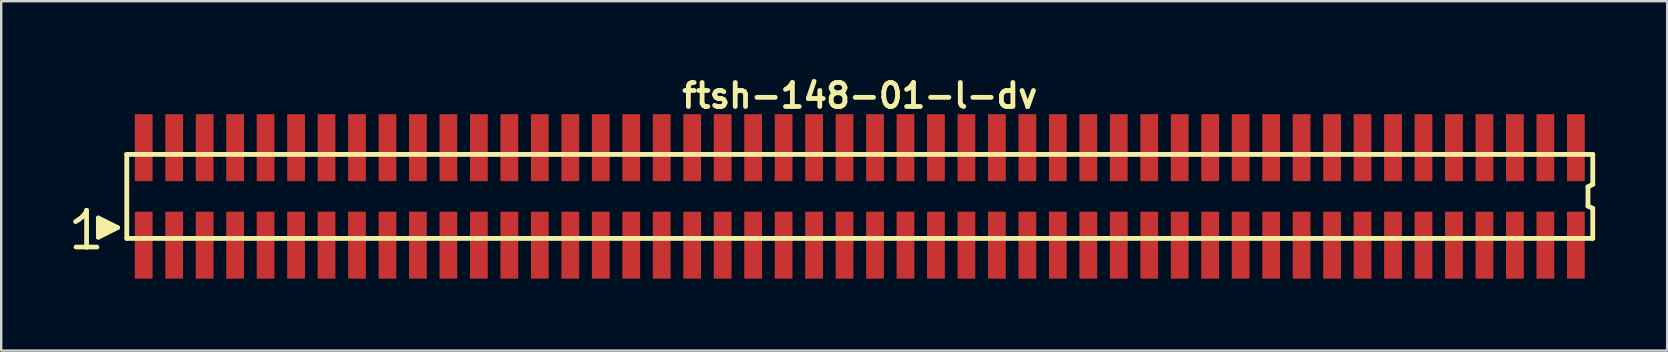
<source format=kicad_pcb>
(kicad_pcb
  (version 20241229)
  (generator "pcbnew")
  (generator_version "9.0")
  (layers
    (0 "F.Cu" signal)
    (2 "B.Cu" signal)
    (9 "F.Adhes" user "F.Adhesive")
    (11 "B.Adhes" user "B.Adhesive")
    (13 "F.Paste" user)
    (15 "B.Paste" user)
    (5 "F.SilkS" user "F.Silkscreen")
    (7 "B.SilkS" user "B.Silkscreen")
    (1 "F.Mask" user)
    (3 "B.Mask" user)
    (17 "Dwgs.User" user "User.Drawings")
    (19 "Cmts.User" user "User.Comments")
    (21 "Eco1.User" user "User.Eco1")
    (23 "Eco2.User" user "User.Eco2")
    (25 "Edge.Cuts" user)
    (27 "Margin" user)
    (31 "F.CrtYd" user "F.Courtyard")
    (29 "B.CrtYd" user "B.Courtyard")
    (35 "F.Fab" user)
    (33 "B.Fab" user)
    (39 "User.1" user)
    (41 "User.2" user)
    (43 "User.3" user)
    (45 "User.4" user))
  (footprint "ftsh-148-01-l-dv"
    (layer "F.Cu")
    (at 32.784 5.136)
    (property "Reference" "ftsh-148-01-l-dv" (at 0 -4.2 0) (layer "F.SilkS") (effects (font (size 1 1) (thickness 0.2))))
    (attr smd)
    (fp_line (start -32.685 1.05) (end -32.555 0.97) (stroke (width 0.198) (type solid)) (layer "F.SilkS"))
    (fp_line (start -32.555 0.97) (end -32.395 0.84) (stroke (width 0.198) (type solid)) (layer "F.SilkS"))
    (fp_line (start -32.395 0.84) (end -32.255 0.67) (stroke (width 0.198) (type solid)) (layer "F.SilkS"))
    (fp_line (start -32.255 0.67) (end -32.225 0.58) (stroke (width 0.198) (type solid)) (layer "F.SilkS"))
    (fp_line (start -32.225 0.58) (end -32.225 2.11) (stroke (width 0.198) (type solid)) (layer "F.SilkS"))
    (fp_line (start -32.225 2.11) (end -32.665 2.11) (stroke (width 0.198) (type solid)) (layer "F.SilkS"))
    (fp_line (start -31.795 2.11) (end -32.235 2.11) (stroke (width 0.198) (type solid)) (layer "F.SilkS"))
    (fp_line (start -31.735 0.9) (end -30.935 1.3) (stroke (width 0.198) (type solid)) (layer "F.SilkS"))
    (fp_line (start -31.735 1.7) (end -31.735 0.9) (stroke (width 0.198) (type solid)) (layer "F.SilkS"))
    (fp_line (start -31.635 1.6) (end -31.635 1) (stroke (width 0.198) (type solid)) (layer "F.SilkS"))
    (fp_line (start -31.535 1.1) (end -31.535 1.5) (stroke (width 0.198) (type solid)) (layer "F.SilkS"))
    (fp_line (start -31.435 1.5) (end -31.435 1.1) (stroke (width 0.198) (type solid)) (layer "F.SilkS"))
    (fp_line (start -31.335 1.2) (end -31.335 1.4) (stroke (width 0.198) (type solid)) (layer "F.SilkS"))
    (fp_line (start -31.235 1.4) (end -31.235 1.2) (stroke (width 0.198) (type solid)) (layer "F.SilkS"))
    (fp_line (start -30.935 1.3) (end -31.735 1.7) (stroke (width 0.198) (type solid)) (layer "F.SilkS"))
    (fp_line (start -30.55 -1.75) (end -30.55 1.75) (stroke (width 0.2) (type solid)) (layer "F.SilkS"))
    (fp_line (start -30.55 -1.75) (end 30.55 -1.75) (stroke (width 0.2) (type solid)) (layer "F.SilkS"))
    (fp_line (start -30.55 1.75) (end 30.55 1.75) (stroke (width 0.2) (type solid)) (layer "F.SilkS"))
    (fp_line (start 30.35 -0.4) (end 30.35 0.4) (stroke (width 0.2) (type solid)) (layer "F.SilkS"))
    (fp_line (start 30.35 -0.4) (end 30.55 -0.5) (stroke (width 0.2) (type solid)) (layer "F.SilkS"))
    (fp_line (start 30.35 0.4) (end 30.55 0.5) (stroke (width 0.2) (type solid)) (layer "F.SilkS"))
    (fp_line (start 30.55 -0.5) (end 30.55 -1.75) (stroke (width 0.2) (type solid)) (layer "F.SilkS"))
    (fp_line (start 30.55 0.5) (end 30.55 1.75) (stroke (width 0.2) (type solid)) (layer "F.SilkS"))
    (pad "1" smd rect (at -29.845 2.032) (size 0.74 2.79) (layers "F.Cu" "F.Mask" "F.Paste"))
    (pad "2" smd rect (at -29.845 -2.032) (size 0.74 2.79) (layers "F.Cu" "F.Mask" "F.Paste"))
    (pad "3" smd rect (at -28.575 2.032) (size 0.74 2.79) (layers "F.Cu" "F.Mask" "F.Paste"))
    (pad "4" smd rect (at -28.575 -2.032) (size 0.74 2.79) (layers "F.Cu" "F.Mask" "F.Paste"))
    (pad "5" smd rect (at -27.305 2.032) (size 0.74 2.79) (layers "F.Cu" "F.Mask" "F.Paste"))
    (pad "6" smd rect (at -27.305 -2.032) (size 0.74 2.79) (layers "F.Cu" "F.Mask" "F.Paste"))
    (pad "7" smd rect (at -26.035 2.032) (size 0.74 2.79) (layers "F.Cu" "F.Mask" "F.Paste"))
    (pad "8" smd rect (at -26.035 -2.032) (size 0.74 2.79) (layers "F.Cu" "F.Mask" "F.Paste"))
    (pad "9" smd rect (at -24.765 2.032) (size 0.74 2.79) (layers "F.Cu" "F.Mask" "F.Paste"))
    (pad "10" smd rect (at -24.765 -2.032) (size 0.74 2.79) (layers "F.Cu" "F.Mask" "F.Paste"))
    (pad "11" smd rect (at -23.495 2.032) (size 0.74 2.79) (layers "F.Cu" "F.Mask" "F.Paste"))
    (pad "12" smd rect (at -23.495 -2.032) (size 0.74 2.79) (layers "F.Cu" "F.Mask" "F.Paste"))
    (pad "13" smd rect (at -22.225 2.032) (size 0.74 2.79) (layers "F.Cu" "F.Mask" "F.Paste"))
    (pad "14" smd rect (at -22.225 -2.032) (size 0.74 2.79) (layers "F.Cu" "F.Mask" "F.Paste"))
    (pad "15" smd rect (at -20.955 2.032) (size 0.74 2.79) (layers "F.Cu" "F.Mask" "F.Paste"))
    (pad "16" smd rect (at -20.955 -2.032) (size 0.74 2.79) (layers "F.Cu" "F.Mask" "F.Paste"))
    (pad "17" smd rect (at -19.685 2.032) (size 0.74 2.79) (layers "F.Cu" "F.Mask" "F.Paste"))
    (pad "18" smd rect (at -19.685 -2.032) (size 0.74 2.79) (layers "F.Cu" "F.Mask" "F.Paste"))
    (pad "19" smd rect (at -18.415 2.032) (size 0.74 2.79) (layers "F.Cu" "F.Mask" "F.Paste"))
    (pad "20" smd rect (at -18.415 -2.032) (size 0.74 2.79) (layers "F.Cu" "F.Mask" "F.Paste"))
    (pad "21" smd rect (at -17.145 2.032) (size 0.74 2.79) (layers "F.Cu" "F.Mask" "F.Paste"))
    (pad "22" smd rect (at -17.145 -2.032) (size 0.74 2.79) (layers "F.Cu" "F.Mask" "F.Paste"))
    (pad "23" smd rect (at -15.875 2.032) (size 0.74 2.79) (layers "F.Cu" "F.Mask" "F.Paste"))
    (pad "24" smd rect (at -15.875 -2.032) (size 0.74 2.79) (layers "F.Cu" "F.Mask" "F.Paste"))
    (pad "25" smd rect (at -14.605 2.032) (size 0.74 2.79) (layers "F.Cu" "F.Mask" "F.Paste"))
    (pad "26" smd rect (at -14.605 -2.032) (size 0.74 2.79) (layers "F.Cu" "F.Mask" "F.Paste"))
    (pad "27" smd rect (at -13.335 2.032) (size 0.74 2.79) (layers "F.Cu" "F.Mask" "F.Paste"))
    (pad "28" smd rect (at -13.335 -2.032) (size 0.74 2.79) (layers "F.Cu" "F.Mask" "F.Paste"))
    (pad "29" smd rect (at -12.065 2.032) (size 0.74 2.79) (layers "F.Cu" "F.Mask" "F.Paste"))
    (pad "30" smd rect (at -12.065 -2.032) (size 0.74 2.79) (layers "F.Cu" "F.Mask" "F.Paste"))
    (pad "31" smd rect (at -10.795 2.032) (size 0.74 2.79) (layers "F.Cu" "F.Mask" "F.Paste"))
    (pad "32" smd rect (at -10.795 -2.032) (size 0.74 2.79) (layers "F.Cu" "F.Mask" "F.Paste"))
    (pad "33" smd rect (at -9.525 2.032) (size 0.74 2.79) (layers "F.Cu" "F.Mask" "F.Paste"))
    (pad "34" smd rect (at -9.525 -2.032) (size 0.74 2.79) (layers "F.Cu" "F.Mask" "F.Paste"))
    (pad "35" smd rect (at -8.255 2.032) (size 0.74 2.79) (layers "F.Cu" "F.Mask" "F.Paste"))
    (pad "36" smd rect (at -8.255 -2.032) (size 0.74 2.79) (layers "F.Cu" "F.Mask" "F.Paste"))
    (pad "37" smd rect (at -6.985 2.032) (size 0.74 2.79) (layers "F.Cu" "F.Mask" "F.Paste"))
    (pad "38" smd rect (at -6.985 -2.032) (size 0.74 2.79) (layers "F.Cu" "F.Mask" "F.Paste"))
    (pad "39" smd rect (at -5.715 2.032) (size 0.74 2.79) (layers "F.Cu" "F.Mask" "F.Paste"))
    (pad "40" smd rect (at -5.715 -2.032) (size 0.74 2.79) (layers "F.Cu" "F.Mask" "F.Paste"))
    (pad "41" smd rect (at -4.445 2.032) (size 0.74 2.79) (layers "F.Cu" "F.Mask" "F.Paste"))
    (pad "42" smd rect (at -4.445 -2.032) (size 0.74 2.79) (layers "F.Cu" "F.Mask" "F.Paste"))
    (pad "43" smd rect (at -3.175 2.032) (size 0.74 2.79) (layers "F.Cu" "F.Mask" "F.Paste"))
    (pad "44" smd rect (at -3.175 -2.032) (size 0.74 2.79) (layers "F.Cu" "F.Mask" "F.Paste"))
    (pad "45" smd rect (at -1.905 2.032) (size 0.74 2.79) (layers "F.Cu" "F.Mask" "F.Paste"))
    (pad "46" smd rect (at -1.905 -2.032) (size 0.74 2.79) (layers "F.Cu" "F.Mask" "F.Paste"))
    (pad "47" smd rect (at -0.635 2.032) (size 0.74 2.79) (layers "F.Cu" "F.Mask" "F.Paste"))
    (pad "48" smd rect (at -0.635 -2.032) (size 0.74 2.79) (layers "F.Cu" "F.Mask" "F.Paste"))
    (pad "49" smd rect (at 0.635 2.032) (size 0.74 2.79) (layers "F.Cu" "F.Mask" "F.Paste"))
    (pad "50" smd rect (at 0.635 -2.032) (size 0.74 2.79) (layers "F.Cu" "F.Mask" "F.Paste"))
    (pad "51" smd rect (at 1.905 2.032) (size 0.74 2.79) (layers "F.Cu" "F.Mask" "F.Paste"))
    (pad "52" smd rect (at 1.905 -2.032) (size 0.74 2.79) (layers "F.Cu" "F.Mask" "F.Paste"))
    (pad "53" smd rect (at 3.175 2.032) (size 0.74 2.79) (layers "F.Cu" "F.Mask" "F.Paste"))
    (pad "54" smd rect (at 3.175 -2.032) (size 0.74 2.79) (layers "F.Cu" "F.Mask" "F.Paste"))
    (pad "55" smd rect (at 4.445 2.032) (size 0.74 2.79) (layers "F.Cu" "F.Mask" "F.Paste"))
    (pad "56" smd rect (at 4.445 -2.032) (size 0.74 2.79) (layers "F.Cu" "F.Mask" "F.Paste"))
    (pad "57" smd rect (at 5.715 2.032) (size 0.74 2.79) (layers "F.Cu" "F.Mask" "F.Paste"))
    (pad "58" smd rect (at 5.715 -2.032) (size 0.74 2.79) (layers "F.Cu" "F.Mask" "F.Paste"))
    (pad "59" smd rect (at 6.985 2.032) (size 0.74 2.79) (layers "F.Cu" "F.Mask" "F.Paste"))
    (pad "60" smd rect (at 6.985 -2.032) (size 0.74 2.79) (layers "F.Cu" "F.Mask" "F.Paste"))
    (pad "61" smd rect (at 8.255 2.032) (size 0.74 2.79) (layers "F.Cu" "F.Mask" "F.Paste"))
    (pad "62" smd rect (at 8.255 -2.032) (size 0.74 2.79) (layers "F.Cu" "F.Mask" "F.Paste"))
    (pad "63" smd rect (at 9.525 2.032) (size 0.74 2.79) (layers "F.Cu" "F.Mask" "F.Paste"))
    (pad "64" smd rect (at 9.525 -2.032) (size 0.74 2.79) (layers "F.Cu" "F.Mask" "F.Paste"))
    (pad "65" smd rect (at 10.795 2.032) (size 0.74 2.79) (layers "F.Cu" "F.Mask" "F.Paste"))
    (pad "66" smd rect (at 10.795 -2.032) (size 0.74 2.79) (layers "F.Cu" "F.Mask" "F.Paste"))
    (pad "67" smd rect (at 12.065 2.032) (size 0.74 2.79) (layers "F.Cu" "F.Mask" "F.Paste"))
    (pad "68" smd rect (at 12.065 -2.032) (size 0.74 2.79) (layers "F.Cu" "F.Mask" "F.Paste"))
    (pad "69" smd rect (at 13.335 2.032) (size 0.74 2.79) (layers "F.Cu" "F.Mask" "F.Paste"))
    (pad "70" smd rect (at 13.335 -2.032) (size 0.74 2.79) (layers "F.Cu" "F.Mask" "F.Paste"))
    (pad "71" smd rect (at 14.605 2.032) (size 0.74 2.79) (layers "F.Cu" "F.Mask" "F.Paste"))
    (pad "72" smd rect (at 14.605 -2.032) (size 0.74 2.79) (layers "F.Cu" "F.Mask" "F.Paste"))
    (pad "73" smd rect (at 15.875 2.032) (size 0.74 2.79) (layers "F.Cu" "F.Mask" "F.Paste"))
    (pad "74" smd rect (at 15.875 -2.032) (size 0.74 2.79) (layers "F.Cu" "F.Mask" "F.Paste"))
    (pad "75" smd rect (at 17.145 2.032) (size 0.74 2.79) (layers "F.Cu" "F.Mask" "F.Paste"))
    (pad "76" smd rect (at 17.145 -2.032) (size 0.74 2.79) (layers "F.Cu" "F.Mask" "F.Paste"))
    (pad "77" smd rect (at 18.415 2.032) (size 0.74 2.79) (layers "F.Cu" "F.Mask" "F.Paste"))
    (pad "78" smd rect (at 18.415 -2.032) (size 0.74 2.79) (layers "F.Cu" "F.Mask" "F.Paste"))
    (pad "79" smd rect (at 19.685 2.032) (size 0.74 2.79) (layers "F.Cu" "F.Mask" "F.Paste"))
    (pad "80" smd rect (at 19.685 -2.032) (size 0.74 2.79) (layers "F.Cu" "F.Mask" "F.Paste"))
    (pad "81" smd rect (at 20.955 2.032) (size 0.74 2.79) (layers "F.Cu" "F.Mask" "F.Paste"))
    (pad "82" smd rect (at 20.955 -2.032) (size 0.74 2.79) (layers "F.Cu" "F.Mask" "F.Paste"))
    (pad "83" smd rect (at 22.225 2.032) (size 0.74 2.79) (layers "F.Cu" "F.Mask" "F.Paste"))
    (pad "84" smd rect (at 22.225 -2.032) (size 0.74 2.79) (layers "F.Cu" "F.Mask" "F.Paste"))
    (pad "85" smd rect (at 23.495 2.032) (size 0.74 2.79) (layers "F.Cu" "F.Mask" "F.Paste"))
    (pad "86" smd rect (at 23.495 -2.032) (size 0.74 2.79) (layers "F.Cu" "F.Mask" "F.Paste"))
    (pad "87" smd rect (at 24.765 2.032) (size 0.74 2.79) (layers "F.Cu" "F.Mask" "F.Paste"))
    (pad "88" smd rect (at 24.765 -2.032) (size 0.74 2.79) (layers "F.Cu" "F.Mask" "F.Paste"))
    (pad "89" smd rect (at 26.035 2.032) (size 0.74 2.79) (layers "F.Cu" "F.Mask" "F.Paste"))
    (pad "90" smd rect (at 26.035 -2.032) (size 0.74 2.79) (layers "F.Cu" "F.Mask" "F.Paste"))
    (pad "91" smd rect (at 27.305 2.032) (size 0.74 2.79) (layers "F.Cu" "F.Mask" "F.Paste"))
    (pad "92" smd rect (at 27.305 -2.032) (size 0.74 2.79) (layers "F.Cu" "F.Mask" "F.Paste"))
    (pad "93" smd rect (at 28.575 2.032) (size 0.74 2.79) (layers "F.Cu" "F.Mask" "F.Paste"))
    (pad "94" smd rect (at 28.575 -2.032) (size 0.74 2.79) (layers "F.Cu" "F.Mask" "F.Paste"))
    (pad "95" smd rect (at 29.845 2.032) (size 0.74 2.79) (layers "F.Cu" "F.Mask" "F.Paste"))
    (pad "96" smd rect (at 29.845 -2.032) (size 0.74 2.79) (layers "F.Cu" "F.Mask" "F.Paste")))
  (gr_rect
    (start -3 -3)
    (end 66.434 11.563)
    (stroke (width 0.1) (type default))
    (fill no)
    (layer "Edge.Cuts")))
</source>
